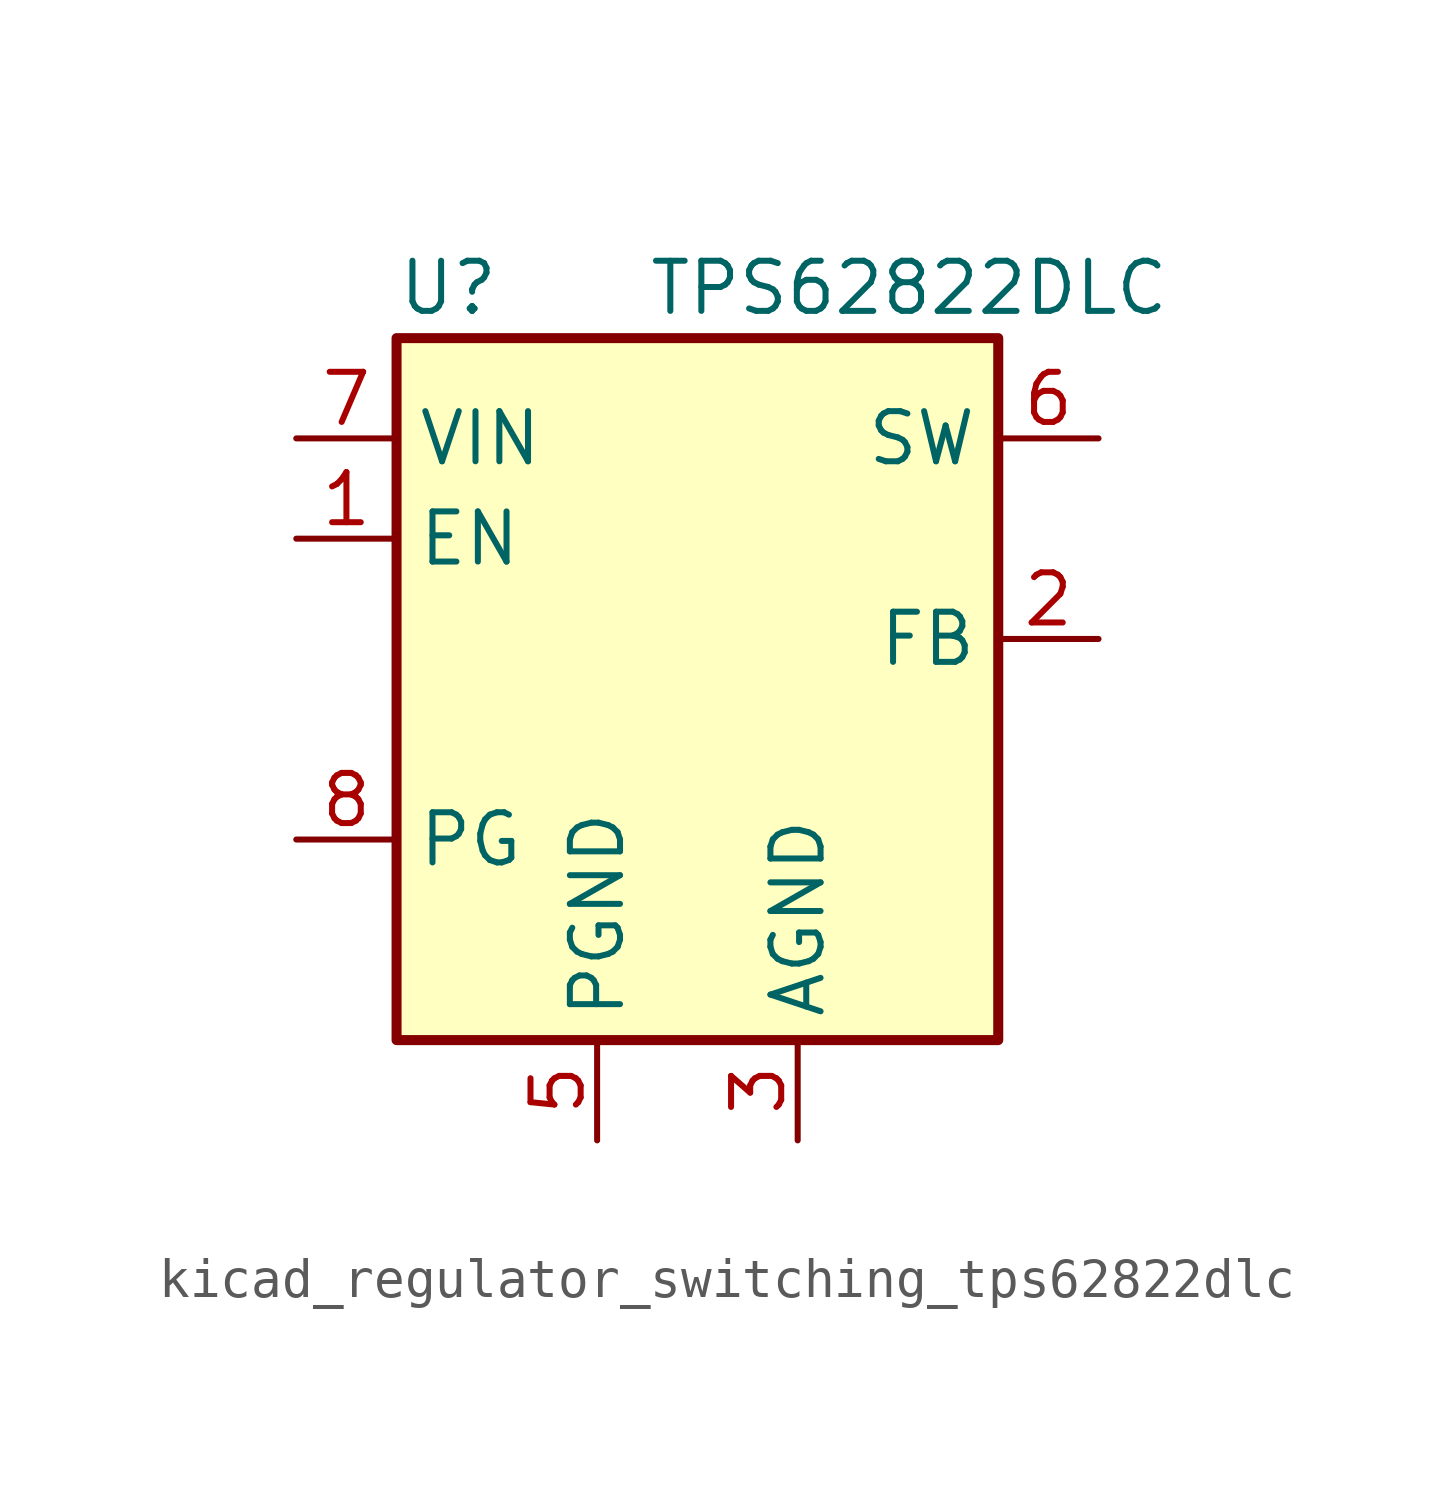
<source format=kicad_sym>
(kicad_symbol_lib
  (version 20220914)
  (generator kicad_symbol_editor)
  (symbol "kicad_regulator_switching_tps62822dlc"
    (property "Reference" "U"
      (at -7.62 11.43 0)
      (effects (font (size 1.27 1.27)) (justify left)))
    (property "Value" "TPS62822DLC"
      (at -1.27 11.43 0)
      (effects (font (size 1.27 1.27)) (justify left)))
    (symbol "kicad_regulator_switching_tps62822dlc_0_1"
      (rectangle (start -7.62 10.16) (end 7.62 -7.62) (stroke (width 0.254) (type default)) (fill (type background))))
    (symbol "kicad_regulator_switching_tps62822dlc_1_1"
      (pin input line (at -10.16 5.08 0) (length 2.54) (name "EN" (effects (font (size 1.27 1.27)))) (number "1" (effects (font (size 1.27 1.27)))))
      (pin input line (at 10.16 2.54 180) (length 2.54) (name "FB" (effects (font (size 1.27 1.27)))) (number "2" (effects (font (size 1.27 1.27)))))
      (pin power_in line (at 2.54 -10.16 90) (length 2.54) (name "AGND" (effects (font (size 1.27 1.27)))) (number "3" (effects (font (size 1.27 1.27)))))
      (pin no_connect line (at 7.62 5.08 180) (length 2.54) hide (name "NC" (effects (font (size 1.27 1.27)))) (number "4" (effects (font (size 1.27 1.27)))))
      (pin power_in line (at -2.54 -10.16 90) (length 2.54) (name "PGND" (effects (font (size 1.27 1.27)))) (number "5" (effects (font (size 1.27 1.27)))))
      (pin power_out line (at 10.16 7.62 180) (length 2.54) (name "SW" (effects (font (size 1.27 1.27)))) (number "6" (effects (font (size 1.27 1.27)))))
      (pin power_in line (at -10.16 7.62 0) (length 2.54) (name "VIN" (effects (font (size 1.27 1.27)))) (number "7" (effects (font (size 1.27 1.27)))))
      (pin open_collector line (at -10.16 -2.54 0) (length 2.54) (name "PG" (effects (font (size 1.27 1.27)))) (number "8" (effects (font (size 1.27 1.27))))))))
</source>
